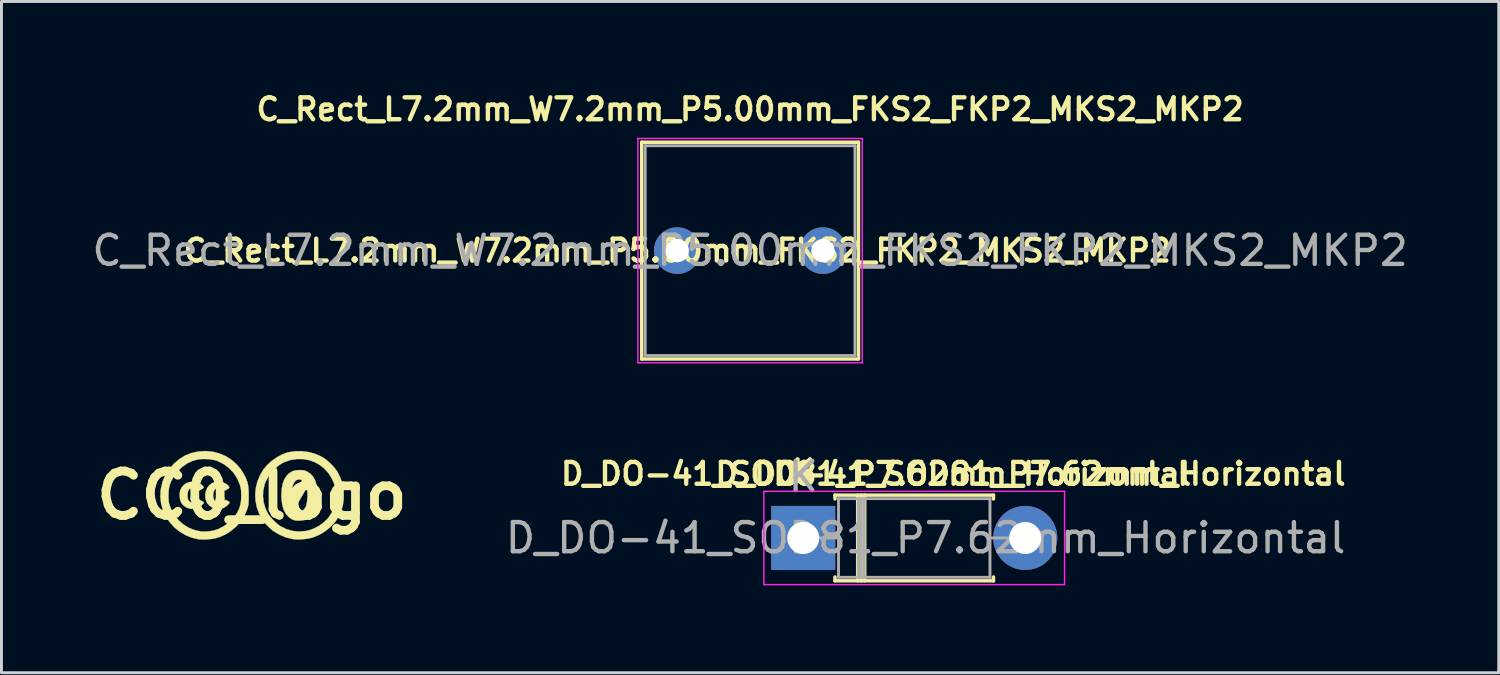
<source format=kicad_pcb>
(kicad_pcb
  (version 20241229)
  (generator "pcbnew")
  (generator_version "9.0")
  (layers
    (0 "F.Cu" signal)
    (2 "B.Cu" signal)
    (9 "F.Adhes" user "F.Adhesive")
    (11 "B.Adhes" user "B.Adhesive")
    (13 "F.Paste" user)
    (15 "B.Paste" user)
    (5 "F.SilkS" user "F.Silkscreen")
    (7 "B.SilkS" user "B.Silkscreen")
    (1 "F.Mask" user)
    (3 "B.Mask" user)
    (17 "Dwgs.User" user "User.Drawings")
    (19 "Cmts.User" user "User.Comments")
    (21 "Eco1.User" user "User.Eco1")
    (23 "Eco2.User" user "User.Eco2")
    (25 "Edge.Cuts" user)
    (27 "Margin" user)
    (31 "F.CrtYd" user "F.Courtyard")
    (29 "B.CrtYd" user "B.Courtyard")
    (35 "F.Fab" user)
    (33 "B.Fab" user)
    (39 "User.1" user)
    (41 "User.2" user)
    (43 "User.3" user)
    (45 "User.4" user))
  (footprint "C_Rect_L7.2mm_W7.2mm_P5.00mm_FKS2_FKP2_MKS2_MKP2"
    (layer "F.Cu")
    (at 20.196 5.552)
    (property "Reference" "C_Rect_L7.2mm_W7.2mm_P5.00mm_FKS2_FKP2_MKS2_MKP2" (at 2.5 -4.85 0) (layer "F.SilkS") (effects (font (size 0.75 0.75) (thickness 0.15))))
    (property "Value" "C_Rect_L7.2mm_W7.2mm_P5.00mm_FKS2_FKP2_MKS2_MKP2" (at 2.5 4.85 0) (layer "F.Fab") (hide yes) (effects (font (size 1 1) (thickness 0.15))))
    (attr through_hole)
    (fp_line (start -1.22 -3.72) (end -1.22 3.72) (stroke (width 0.12) (type solid)) (layer "F.SilkS"))
    (fp_line (start -1.22 -3.72) (end 6.22 -3.72) (stroke (width 0.12) (type solid)) (layer "F.SilkS"))
    (fp_line (start -1.22 3.72) (end 6.22 3.72) (stroke (width 0.12) (type solid)) (layer "F.SilkS"))
    (fp_line (start 6.22 -3.72) (end 6.22 3.72) (stroke (width 0.12) (type solid)) (layer "F.SilkS"))
    (fp_line (start -1.35 -3.85) (end -1.35 3.85) (stroke (width 0.05) (type solid)) (layer "F.CrtYd"))
    (fp_line (start -1.35 3.85) (end 6.35 3.85) (stroke (width 0.05) (type solid)) (layer "F.CrtYd"))
    (fp_line (start 6.35 -3.85) (end -1.35 -3.85) (stroke (width 0.05) (type solid)) (layer "F.CrtYd"))
    (fp_line (start 6.35 3.85) (end 6.35 -3.85) (stroke (width 0.05) (type solid)) (layer "F.CrtYd"))
    (fp_line (start -1.1 -3.6) (end -1.1 3.6) (stroke (width 0.1) (type solid)) (layer "F.Fab"))
    (fp_line (start -1.1 3.6) (end 6.1 3.6) (stroke (width 0.1) (type solid)) (layer "F.Fab"))
    (fp_line (start 6.1 -3.6) (end -1.1 -3.6) (stroke (width 0.1) (type solid)) (layer "F.Fab"))
    (fp_line (start 6.1 3.6) (end 6.1 -3.6) (stroke (width 0.1) (type solid)) (layer "F.Fab"))
    (fp_text user "${VALUE}" (at 0 0 0) (layer "F.SilkS") (effects (font (size 0.75 0.75) (thickness 0.15))))
    (fp_text user "${REFERENCE}" (at 2.5 0 0) (layer "F.Fab") (effects (font (size 1 1) (thickness 0.15))))
    (pad "1" thru_hole circle (at 0 0) (size 1.6 1.6) (drill 0.8) (layers "*.Cu" "*.Mask"))
    (pad "2" thru_hole circle (at 5 0) (size 1.6 1.6) (drill 0.8) (layers "*.Cu" "*.Mask")))
  (footprint "D_DO-41_SOD81_P7.62mm_Horizontal"
    (layer "F.Cu")
    (at 24.52 15.415)
    (property "Reference" "D_DO-41_SOD81_P7.62mm_Horizontal" (at 2.5 -2.2 0) (layer "F.SilkS") (effects (font (size 0.75 0.75) (thickness 0.15))))
    (property "Value" "D_DO-41_SOD81_P7.62mm_Horizontal" (at 3.81 2.47 0) (layer "F.Fab") (hide yes) (effects (font (size 1 1) (thickness 0.15))))
    (attr through_hole)
    (fp_line (start 1.09 -1.47) (end 6.53 -1.47) (stroke (width 0.12) (type solid)) (layer "F.SilkS"))
    (fp_line (start 1.09 -1.34) (end 1.09 -1.47) (stroke (width 0.12) (type solid)) (layer "F.SilkS"))
    (fp_line (start 1.09 1.34) (end 1.09 1.47) (stroke (width 0.12) (type solid)) (layer "F.SilkS"))
    (fp_line (start 1.09 1.47) (end 6.53 1.47) (stroke (width 0.12) (type solid)) (layer "F.SilkS"))
    (fp_line (start 1.87 -1.47) (end 1.87 1.47) (stroke (width 0.12) (type solid)) (layer "F.SilkS"))
    (fp_line (start 1.99 -1.47) (end 1.99 1.47) (stroke (width 0.12) (type solid)) (layer "F.SilkS"))
    (fp_line (start 2.11 -1.47) (end 2.11 1.47) (stroke (width 0.12) (type solid)) (layer "F.SilkS"))
    (fp_line (start 6.53 -1.47) (end 6.53 -1.34) (stroke (width 0.12) (type solid)) (layer "F.SilkS"))
    (fp_line (start 6.53 1.47) (end 6.53 1.34) (stroke (width 0.12) (type solid)) (layer "F.SilkS"))
    (fp_line (start -1.35 -1.6) (end -1.35 1.6) (stroke (width 0.05) (type solid)) (layer "F.CrtYd"))
    (fp_line (start -1.35 1.6) (end 8.97 1.6) (stroke (width 0.05) (type solid)) (layer "F.CrtYd"))
    (fp_line (start 8.97 -1.6) (end -1.35 -1.6) (stroke (width 0.05) (type solid)) (layer "F.CrtYd"))
    (fp_line (start 8.97 1.6) (end 8.97 -1.6) (stroke (width 0.05) (type solid)) (layer "F.CrtYd"))
    (fp_line (start 0 0) (end 1.21 0) (stroke (width 0.1) (type solid)) (layer "F.Fab"))
    (fp_line (start 1.21 -1.35) (end 1.21 1.35) (stroke (width 0.1) (type solid)) (layer "F.Fab"))
    (fp_line (start 1.21 1.35) (end 6.41 1.35) (stroke (width 0.1) (type solid)) (layer "F.Fab"))
    (fp_line (start 1.89 -1.35) (end 1.89 1.35) (stroke (width 0.1) (type solid)) (layer "F.Fab"))
    (fp_line (start 1.99 -1.35) (end 1.99 1.35) (stroke (width 0.1) (type solid)) (layer "F.Fab"))
    (fp_line (start 2.09 -1.35) (end 2.09 1.35) (stroke (width 0.1) (type solid)) (layer "F.Fab"))
    (fp_line (start 6.41 -1.35) (end 1.21 -1.35) (stroke (width 0.1) (type solid)) (layer "F.Fab"))
    (fp_line (start 6.41 1.35) (end 6.41 -1.35) (stroke (width 0.1) (type solid)) (layer "F.Fab"))
    (fp_line (start 7.62 0) (end 6.41 0) (stroke (width 0.1) (type solid)) (layer "F.Fab"))
    (fp_text user "${VALUE}" (at 7.8 -2.2 0) (layer "F.SilkS") (effects (font (size 0.75 0.75) (thickness 0.15))))
    (fp_text user "K" (at 0 -2.286 0) (layer "F.SilkS") (effects (font (size 0.75 0.75) (thickness 0.15))))
    (fp_text user "${REFERENCE}" (at 4.2 0 0) (layer "F.Fab") (effects (font (size 1 1) (thickness 0.15))))
    (fp_text user "K" (at 0 -2.1 0) (layer "F.Fab") (effects (font (size 1 1) (thickness 0.15))))
    (pad "1" thru_hole rect (at 0 0) (size 2.2 2.2) (drill 1.1) (layers "*.Cu" "*.Mask"))
    (pad "2" thru_hole oval (at 7.62 0) (size 2.2 2.2) (drill 1.1) (layers "*.Cu" "*.Mask")))
  (footprint "CC0_logo"
    (layer "F.Cu")
    (at 5.595 13.952)
    (property "Reference" "CC0_logo" (at 0 0 0) (layer "F.SilkS") (effects (font (size 1.524 1.524) (thickness 0.3))))
    (attr through_hole)
    (fp_poly (pts (xy -1.885 -0.447) (xy -1.808 -0.416) (xy -1.734 -0.37) (xy -1.678 -0.318) (xy -1.661 -0.294) (xy -1.654 -0.27) (xy -1.668 -0.247) (xy -1.709 -0.22) (xy -1.732 -0.207) (xy -1.822 -0.156) (xy -1.889 -0.215) (xy -1.961 -0.261) (xy -2.033 -0.271) (xy -2.108 -0.245) (xy -2.162 -0.2) (xy -2.194 -0.131) (xy -2.206 -0.034) (xy -2.204 0.032) (xy -2.198 0.105) (xy -2.186 0.152) (xy -2.164 0.187) (xy -2.133 0.217) (xy -2.058 0.265) (xy -1.981 0.273) (xy -1.904 0.242) (xy -1.868 0.214) (xy -1.8 0.154) (xy -1.721 0.195) (xy -1.673 0.222) (xy -1.645 0.246) (xy -1.641 0.253) (xy -1.655 0.274) (xy -1.69 0.311) (xy -1.728 0.347) (xy -1.842 0.423) (xy -1.965 0.463) (xy -2.094 0.465) (xy -2.224 0.429) (xy -2.239 0.422) (xy -2.345 0.354) (xy -2.42 0.262) (xy -2.465 0.147) (xy -2.48 0.007) (xy -2.478 -0.035) (xy -2.469 -0.125) (xy -2.449 -0.195) (xy -2.414 -0.264) (xy -2.412 -0.266) (xy -2.333 -0.36) (xy -2.231 -0.426) (xy -2.111 -0.462) (xy -1.98 -0.465) (xy -1.885 -0.447)) (stroke (width 0.01) (type solid)) (fill yes) (layer "F.SilkS"))
    (fp_poly (pts (xy -1.01 -0.448) (xy -0.908 -0.408) (xy -0.826 -0.349) (xy -0.78 -0.289) (xy -0.775 -0.266) (xy -0.794 -0.241) (xy -0.841 -0.21) (xy -0.852 -0.203) (xy -0.907 -0.173) (xy -0.939 -0.163) (xy -0.958 -0.171) (xy -0.965 -0.178) (xy -1.014 -0.225) (xy -1.074 -0.26) (xy -1.127 -0.274) (xy -1.208 -0.256) (xy -1.27 -0.207) (xy -1.311 -0.128) (xy -1.328 -0.023) (xy -1.329 -0.001) (xy -1.316 0.105) (xy -1.28 0.187) (xy -1.226 0.244) (xy -1.159 0.272) (xy -1.084 0.268) (xy -1.007 0.228) (xy -0.987 0.212) (xy -0.917 0.151) (xy -0.839 0.186) (xy -0.792 0.212) (xy -0.765 0.237) (xy -0.762 0.245) (xy -0.777 0.276) (xy -0.817 0.319) (xy -0.872 0.366) (xy -0.931 0.409) (xy -0.987 0.44) (xy -1.009 0.448) (xy -1.148 0.468) (xy -1.28 0.451) (xy -1.364 0.418) (xy -1.467 0.346) (xy -1.543 0.248) (xy -1.589 0.128) (xy -1.602 0.005) (xy -1.585 -0.127) (xy -1.537 -0.246) (xy -1.462 -0.346) (xy -1.364 -0.42) (xy -1.339 -0.432) (xy -1.235 -0.462) (xy -1.122 -0.467) (xy -1.01 -0.448)) (stroke (width 0.01) (type solid)) (fill yes) (layer "F.SilkS"))
    (fp_poly (pts (xy 1.719 -0.866) (xy 1.783 -0.859) (xy 1.841 -0.841) (xy 1.9 -0.814) (xy 2.015 -0.738) (xy 2.108 -0.633) (xy 2.178 -0.498) (xy 2.227 -0.331) (xy 2.245 -0.227) (xy 2.262 -0.073) (xy 2.264 0.063) (xy 2.251 0.201) (xy 2.238 0.278) (xy 2.193 0.452) (xy 2.127 0.598) (xy 2.039 0.714) (xy 1.933 0.798) (xy 1.887 0.822) (xy 1.794 0.85) (xy 1.682 0.867) (xy 1.569 0.869) (xy 1.491 0.86) (xy 1.415 0.84) (xy 1.354 0.811) (xy 1.291 0.765) (xy 1.247 0.727) (xy 1.157 0.622) (xy 1.089 0.489) (xy 1.079 0.452) (xy 1.485 0.452) (xy 1.502 0.499) (xy 1.545 0.531) (xy 1.606 0.546) (xy 1.675 0.543) (xy 1.741 0.52) (xy 1.775 0.498) (xy 1.817 0.449) (xy 1.854 0.383) (xy 1.865 0.356) (xy 1.884 0.277) (xy 1.899 0.173) (xy 1.908 0.059) (xy 1.91 -0.052) (xy 1.905 -0.146) (xy 1.901 -0.174) (xy 1.885 -0.26) (xy 1.685 0.084) (xy 1.624 0.189) (xy 1.571 0.284) (xy 1.528 0.362) (xy 1.499 0.419) (xy 1.485 0.449) (xy 1.485 0.452) (xy 1.079 0.452) (xy 1.043 0.326) (xy 1.019 0.133) (xy 1.015 0.035) (xy 1.362 0.035) (xy 1.364 0.096) (xy 1.366 0.142) (xy 1.369 0.174) (xy 1.374 0.191) (xy 1.386 0.188) (xy 1.405 0.164) (xy 1.434 0.116) (xy 1.476 0.041) (xy 1.533 -0.064) (xy 1.581 -0.154) (xy 1.64 -0.264) (xy 1.682 -0.346) (xy 1.709 -0.405) (xy 1.724 -0.446) (xy 1.728 -0.475) (xy 1.724 -0.496) (xy 1.722 -0.501) (xy 1.686 -0.537) (xy 1.628 -0.547) (xy 1.555 -0.532) (xy 1.521 -0.516) (xy 1.464 -0.466) (xy 1.419 -0.382) (xy 1.386 -0.267) (xy 1.367 -0.127) (xy 1.362 0.035) (xy 1.015 0.035) (xy 1.014 -0.007) (xy 1.025 -0.22) (xy 1.059 -0.403) (xy 1.118 -0.556) (xy 1.2 -0.679) (xy 1.249 -0.729) (xy 1.334 -0.795) (xy 1.42 -0.838) (xy 1.521 -0.86) (xy 1.631 -0.867) (xy 1.719 -0.866)) (stroke (width 0.01) (type solid)) (fill yes) (layer "F.SilkS"))
    (fp_poly (pts (xy 1.937 -1.488) (xy 2.165 -1.428) (xy 2.377 -1.336) (xy 2.447 -1.296) (xy 2.556 -1.219) (xy 2.671 -1.119) (xy 2.783 -1.005) (xy 2.88 -0.889) (xy 2.946 -0.791) (xy 3.046 -0.585) (xy 3.114 -0.365) (xy 3.151 -0.137) (xy 3.155 0.094) (xy 3.128 0.32) (xy 3.069 0.536) (xy 2.978 0.737) (xy 2.972 0.749) (xy 2.847 0.928) (xy 2.692 1.092) (xy 2.512 1.235) (xy 2.317 1.353) (xy 2.111 1.439) (xy 2.024 1.465) (xy 1.894 1.491) (xy 1.748 1.507) (xy 1.602 1.514) (xy 1.471 1.51) (xy 1.417 1.503) (xy 1.178 1.447) (xy 0.951 1.354) (xy 0.741 1.227) (xy 0.67 1.172) (xy 0.498 1.009) (xy 0.358 0.826) (xy 0.249 0.626) (xy 0.172 0.414) (xy 0.127 0.193) (xy 0.119 0.035) (xy 0.381 0.035) (xy 0.406 0.246) (xy 0.467 0.451) (xy 0.552 0.623) (xy 0.615 0.713) (xy 0.701 0.813) (xy 0.799 0.912) (xy 0.9 1) (xy 0.991 1.066) (xy 0.998 1.07) (xy 1.196 1.164) (xy 1.405 1.222) (xy 1.621 1.243) (xy 1.84 1.226) (xy 1.957 1.201) (xy 2.128 1.14) (xy 2.297 1.051) (xy 2.455 0.94) (xy 2.588 0.814) (xy 2.628 0.767) (xy 2.746 0.589) (xy 2.829 0.399) (xy 2.877 0.201) (xy 2.892 -0.001) (xy 2.874 -0.202) (xy 2.824 -0.398) (xy 2.742 -0.586) (xy 2.63 -0.76) (xy 2.487 -0.918) (xy 2.33 -1.043) (xy 2.149 -1.144) (xy 1.953 -1.211) (xy 1.747 -1.245) (xy 1.536 -1.246) (xy 1.327 -1.213) (xy 1.126 -1.145) (xy 1.07 -1.119) (xy 0.926 -1.03) (xy 0.786 -0.91) (xy 0.659 -0.768) (xy 0.55 -0.613) (xy 0.467 -0.453) (xy 0.442 -0.386) (xy 0.392 -0.178) (xy 0.381 0.035) (xy 0.119 0.035) (xy 0.115 -0.033) (xy 0.137 -0.259) (xy 0.193 -0.482) (xy 0.283 -0.697) (xy 0.4 -0.89) (xy 0.529 -1.043) (xy 0.683 -1.183) (xy 0.854 -1.305) (xy 1.035 -1.402) (xy 1.215 -1.469) (xy 1.236 -1.474) (xy 1.465 -1.513) (xy 1.702 -1.517) (xy 1.937 -1.488)) (stroke (width 0.01) (type solid)) (fill yes) (layer "F.SilkS"))
    (fp_poly (pts (xy -1.346 -1.497) (xy -1.119 -1.439) (xy -0.906 -1.349) (xy -0.71 -1.228) (xy -0.534 -1.078) (xy -0.382 -0.901) (xy -0.257 -0.699) (xy -0.244 -0.673) (xy -0.194 -0.563) (xy -0.157 -0.462) (xy -0.132 -0.361) (xy -0.117 -0.25) (xy -0.11 -0.119) (xy -0.108 0.02) (xy -0.109 0.139) (xy -0.112 0.23) (xy -0.117 0.299) (xy -0.127 0.358) (xy -0.141 0.415) (xy -0.161 0.479) (xy -0.252 0.69) (xy -0.376 0.885) (xy -0.528 1.061) (xy -0.705 1.214) (xy -0.9 1.339) (xy -1.111 1.433) (xy -1.254 1.475) (xy -1.376 1.496) (xy -1.518 1.51) (xy -1.662 1.515) (xy -1.793 1.51) (xy -1.852 1.503) (xy -2.065 1.452) (xy -2.275 1.366) (xy -2.473 1.25) (xy -2.651 1.108) (xy -2.652 1.107) (xy -2.819 0.925) (xy -2.952 0.727) (xy -3.051 0.514) (xy -3.114 0.29) (xy -3.141 0.058) (xy -3.137 -0.014) (xy -2.863 -0.014) (xy -2.86 0.12) (xy -2.849 0.238) (xy -2.835 0.303) (xy -2.76 0.501) (xy -2.653 0.685) (xy -2.519 0.851) (xy -2.361 0.991) (xy -2.186 1.101) (xy -2.164 1.112) (xy -2.076 1.15) (xy -1.987 1.183) (xy -1.911 1.206) (xy -1.895 1.21) (xy -1.828 1.223) (xy -1.771 1.235) (xy -1.749 1.24) (xy -1.699 1.244) (xy -1.623 1.243) (xy -1.533 1.238) (xy -1.441 1.229) (xy -1.359 1.218) (xy -1.316 1.209) (xy -1.146 1.153) (xy -0.977 1.067) (xy -0.82 0.96) (xy -0.684 0.838) (xy -0.614 0.756) (xy -0.512 0.607) (xy -0.44 0.465) (xy -0.394 0.32) (xy -0.37 0.16) (xy -0.365 0) (xy -0.367 -0.109) (xy -0.373 -0.193) (xy -0.385 -0.264) (xy -0.405 -0.337) (xy -0.419 -0.381) (xy -0.509 -0.589) (xy -0.63 -0.774) (xy -0.78 -0.934) (xy -0.956 -1.066) (xy -1.157 -1.168) (xy -1.223 -1.193) (xy -1.335 -1.222) (xy -1.471 -1.24) (xy -1.617 -1.247) (xy -1.76 -1.243) (xy -1.854 -1.231) (xy -2.042 -1.18) (xy -2.222 -1.095) (xy -2.389 -0.978) (xy -2.539 -0.835) (xy -2.668 -0.669) (xy -2.77 -0.485) (xy -2.816 -0.371) (xy -2.84 -0.272) (xy -2.856 -0.149) (xy -2.863 -0.014) (xy -3.137 -0.014) (xy -3.129 -0.18) (xy -3.119 -0.249) (xy -3.061 -0.482) (xy -2.97 -0.695) (xy -2.845 -0.892) (xy -2.685 -1.076) (xy -2.655 -1.105) (xy -2.474 -1.256) (xy -2.284 -1.371) (xy -2.078 -1.452) (xy -1.853 -1.502) (xy -1.824 -1.506) (xy -1.582 -1.52) (xy -1.346 -1.497)) (stroke (width 0.01) (type solid)) (fill yes) (layer "F.SilkS")))
  (gr_rect
    (start -3 -3)
    (end 48.393 20.04)
    (stroke (width 0.1) (type default))
    (fill no)
    (layer "Edge.Cuts")))
</source>
